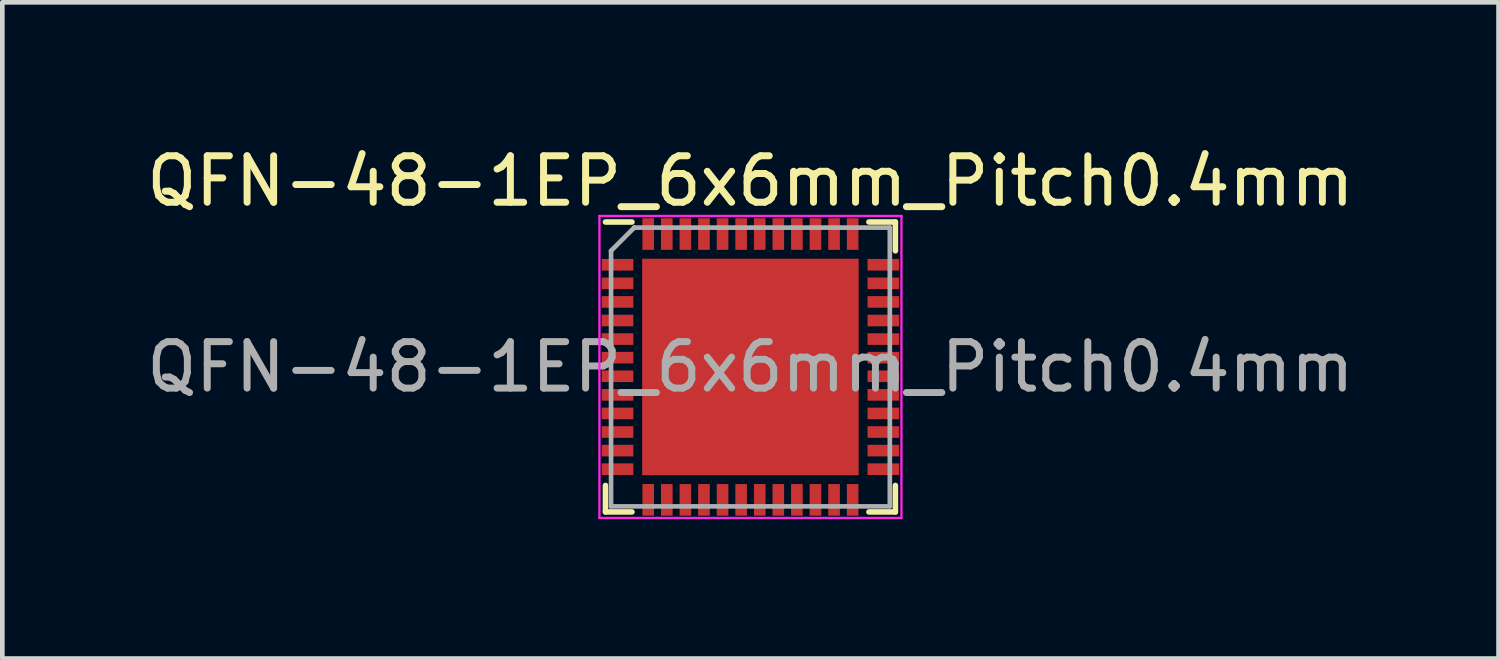
<source format=kicad_pcb>
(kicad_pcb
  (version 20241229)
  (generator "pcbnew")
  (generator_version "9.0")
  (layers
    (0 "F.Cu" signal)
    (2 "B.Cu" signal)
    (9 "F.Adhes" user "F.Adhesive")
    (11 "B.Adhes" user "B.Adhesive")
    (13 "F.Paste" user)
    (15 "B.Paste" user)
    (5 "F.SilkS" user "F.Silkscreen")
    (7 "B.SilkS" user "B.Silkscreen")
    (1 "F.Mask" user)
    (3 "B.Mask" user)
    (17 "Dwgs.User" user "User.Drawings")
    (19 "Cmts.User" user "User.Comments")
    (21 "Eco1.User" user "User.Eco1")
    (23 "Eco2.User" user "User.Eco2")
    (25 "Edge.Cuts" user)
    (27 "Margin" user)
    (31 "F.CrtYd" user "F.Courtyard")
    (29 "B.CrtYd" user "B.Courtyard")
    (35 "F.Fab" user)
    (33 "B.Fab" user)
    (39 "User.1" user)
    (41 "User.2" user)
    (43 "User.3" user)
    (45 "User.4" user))
  (footprint "QFN-48-1EP_6x6mm_Pitch0.4mm"
    (layer "F.Cu")
    (at 13.101 4.848)
    (property "Reference" "QFN-48-1EP_6x6mm_Pitch0.4mm" (at 0 -4 0) (layer "F.SilkS") (effects (font (size 1 1) (thickness 0.15))))
    (attr smd)
    (fp_line (start -3.12 -3.12) (end -2.55 -3.12) (stroke (width 0.12) (type solid)) (layer "F.SilkS"))
    (fp_line (start -3.12 3.12) (end -3.12 2.55) (stroke (width 0.12) (type solid)) (layer "F.SilkS"))
    (fp_line (start -2.55 3.12) (end -3.12 3.12) (stroke (width 0.12) (type solid)) (layer "F.SilkS"))
    (fp_line (start 2.55 -3.12) (end 3.12 -3.12) (stroke (width 0.12) (type solid)) (layer "F.SilkS"))
    (fp_line (start 2.55 3.12) (end 3.12 3.12) (stroke (width 0.12) (type solid)) (layer "F.SilkS"))
    (fp_line (start 3.12 -2.5) (end 3.12 -3.12) (stroke (width 0.12) (type solid)) (layer "F.SilkS"))
    (fp_line (start 3.12 3.12) (end 3.12 2.55) (stroke (width 0.12) (type solid)) (layer "F.SilkS"))
    (fp_line (start -3.25 -3.25) (end -3.25 3.25) (stroke (width 0.05) (type solid)) (layer "F.CrtYd"))
    (fp_line (start -3.25 3.25) (end 3.25 3.25) (stroke (width 0.05) (type solid)) (layer "F.CrtYd"))
    (fp_line (start 3.25 -3.25) (end -3.25 -3.25) (stroke (width 0.05) (type solid)) (layer "F.CrtYd"))
    (fp_line (start 3.25 3.25) (end 3.25 -3.25) (stroke (width 0.05) (type solid)) (layer "F.CrtYd"))
    (fp_line (start -3 3) (end -3 -2.5) (stroke (width 0.1) (type solid)) (layer "F.Fab"))
    (fp_line (start -2.5 -3) (end -3 -2.5) (stroke (width 0.1) (type solid)) (layer "F.Fab"))
    (fp_line (start 3 -3) (end -2.5 -3) (stroke (width 0.1) (type solid)) (layer "F.Fab"))
    (fp_line (start 3 -3) (end 3 3) (stroke (width 0.1) (type solid)) (layer "F.Fab"))
    (fp_line (start 3 3) (end -3 3) (stroke (width 0.1) (type solid)) (layer "F.Fab"))
    (fp_text user "${REFERENCE}" (at 0 0 0) (layer "F.Fab") (effects (font (size 1 1) (thickness 0.15))))
    (pad "" smd rect (at -1.725 -1.725) (size 0.9 0.9) (layers "F.Paste"))
    (pad "" smd rect (at -1.725 -0.575) (size 0.9 0.9) (layers "F.Paste"))
    (pad "" smd rect (at -1.725 0.575) (size 0.9 0.9) (layers "F.Paste"))
    (pad "" smd rect (at -1.725 1.725) (size 0.9 0.9) (layers "F.Paste"))
    (pad "" smd rect (at -0.575 -1.725) (size 0.9 0.9) (layers "F.Paste"))
    (pad "" smd rect (at -0.575 -0.575) (size 0.9 0.9) (layers "F.Paste"))
    (pad "" smd rect (at -0.575 0.575) (size 0.9 0.9) (layers "F.Paste"))
    (pad "" smd rect (at -0.575 1.725) (size 0.9 0.9) (layers "F.Paste"))
    (pad "" smd rect (at 0.575 -1.725) (size 0.9 0.9) (layers "F.Paste"))
    (pad "" smd rect (at 0.575 -0.575) (size 0.9 0.9) (layers "F.Paste"))
    (pad "" smd rect (at 0.575 0.575) (size 0.9 0.9) (layers "F.Paste"))
    (pad "" smd rect (at 0.575 1.725) (size 0.9 0.9) (layers "F.Paste"))
    (pad "" smd rect (at 1.725 -1.725) (size 0.9 0.9) (layers "F.Paste"))
    (pad "" smd rect (at 1.725 -0.575) (size 0.9 0.9) (layers "F.Paste"))
    (pad "" smd rect (at 1.725 0.575) (size 0.9 0.9) (layers "F.Paste"))
    (pad "" smd rect (at 1.725 1.725) (size 0.9 0.9) (layers "F.Paste"))
    (pad "1" smd rect (at -2.86 -2.2) (size 0.68 0.25) (layers "F.Cu" "F.Mask" "F.Paste"))
    (pad "2" smd rect (at -2.86 -1.8) (size 0.68 0.25) (layers "F.Cu" "F.Mask" "F.Paste"))
    (pad "3" smd rect (at -2.86 -1.4) (size 0.68 0.25) (layers "F.Cu" "F.Mask" "F.Paste"))
    (pad "4" smd rect (at -2.86 -1) (size 0.68 0.25) (layers "F.Cu" "F.Mask" "F.Paste"))
    (pad "5" smd rect (at -2.86 -0.6) (size 0.68 0.25) (layers "F.Cu" "F.Mask" "F.Paste"))
    (pad "6" smd rect (at -2.86 -0.2) (size 0.68 0.25) (layers "F.Cu" "F.Mask" "F.Paste"))
    (pad "7" smd rect (at -2.86 0.2) (size 0.68 0.25) (layers "F.Cu" "F.Mask" "F.Paste"))
    (pad "8" smd rect (at -2.86 0.6) (size 0.68 0.25) (layers "F.Cu" "F.Mask" "F.Paste"))
    (pad "9" smd rect (at -2.86 1) (size 0.68 0.25) (layers "F.Cu" "F.Mask" "F.Paste"))
    (pad "10" smd rect (at -2.86 1.4) (size 0.68 0.25) (layers "F.Cu" "F.Mask" "F.Paste"))
    (pad "11" smd rect (at -2.86 1.8) (size 0.68 0.25) (layers "F.Cu" "F.Mask" "F.Paste"))
    (pad "12" smd rect (at -2.86 2.2) (size 0.68 0.25) (layers "F.Cu" "F.Mask" "F.Paste"))
    (pad "13" smd rect (at -2.2 2.86) (size 0.25 0.68) (layers "F.Cu" "F.Mask" "F.Paste"))
    (pad "14" smd rect (at -1.8 2.86) (size 0.25 0.68) (layers "F.Cu" "F.Mask" "F.Paste"))
    (pad "15" smd rect (at -1.4 2.86) (size 0.25 0.68) (layers "F.Cu" "F.Mask" "F.Paste"))
    (pad "16" smd rect (at -1 2.86) (size 0.25 0.68) (layers "F.Cu" "F.Mask" "F.Paste"))
    (pad "17" smd rect (at -0.6 2.86) (size 0.25 0.68) (layers "F.Cu" "F.Mask" "F.Paste"))
    (pad "18" smd rect (at -0.2 2.86) (size 0.25 0.68) (layers "F.Cu" "F.Mask" "F.Paste"))
    (pad "19" smd rect (at 0.2 2.86) (size 0.25 0.68) (layers "F.Cu" "F.Mask" "F.Paste"))
    (pad "20" smd rect (at 0.6 2.86) (size 0.25 0.68) (layers "F.Cu" "F.Mask" "F.Paste"))
    (pad "21" smd rect (at 1 2.86) (size 0.25 0.68) (layers "F.Cu" "F.Mask" "F.Paste"))
    (pad "22" smd rect (at 1.4 2.86) (size 0.25 0.68) (layers "F.Cu" "F.Mask" "F.Paste"))
    (pad "23" smd rect (at 1.8 2.86) (size 0.25 0.68) (layers "F.Cu" "F.Mask" "F.Paste"))
    (pad "24" smd rect (at 2.2 2.86) (size 0.25 0.68) (layers "F.Cu" "F.Mask" "F.Paste"))
    (pad "25" smd rect (at 2.86 2.2) (size 0.68 0.25) (layers "F.Cu" "F.Mask" "F.Paste"))
    (pad "26" smd rect (at 2.86 1.8) (size 0.68 0.25) (layers "F.Cu" "F.Mask" "F.Paste"))
    (pad "27" smd rect (at 2.86 1.4) (size 0.68 0.25) (layers "F.Cu" "F.Mask" "F.Paste"))
    (pad "28" smd rect (at 2.86 1) (size 0.68 0.25) (layers "F.Cu" "F.Mask" "F.Paste"))
    (pad "29" smd rect (at 2.86 0.6) (size 0.68 0.25) (layers "F.Cu" "F.Mask" "F.Paste"))
    (pad "30" smd rect (at 2.86 0.2) (size 0.68 0.25) (layers "F.Cu" "F.Mask" "F.Paste"))
    (pad "31" smd rect (at 2.86 -0.2) (size 0.68 0.25) (layers "F.Cu" "F.Mask" "F.Paste"))
    (pad "32" smd rect (at 2.86 -0.6) (size 0.68 0.25) (layers "F.Cu" "F.Mask" "F.Paste"))
    (pad "33" smd rect (at 2.86 -1) (size 0.68 0.25) (layers "F.Cu" "F.Mask" "F.Paste"))
    (pad "34" smd rect (at 2.86 -1.4) (size 0.68 0.25) (layers "F.Cu" "F.Mask" "F.Paste"))
    (pad "35" smd rect (at 2.86 -1.8) (size 0.68 0.25) (layers "F.Cu" "F.Mask" "F.Paste"))
    (pad "36" smd rect (at 2.86 -2.2) (size 0.68 0.25) (layers "F.Cu" "F.Mask" "F.Paste"))
    (pad "37" smd rect (at 2.2 -2.86) (size 0.25 0.68) (layers "F.Cu" "F.Mask" "F.Paste"))
    (pad "38" smd rect (at 1.8 -2.86) (size 0.25 0.68) (layers "F.Cu" "F.Mask" "F.Paste"))
    (pad "39" smd rect (at 1.4 -2.86) (size 0.25 0.68) (layers "F.Cu" "F.Mask" "F.Paste"))
    (pad "40" smd rect (at 1 -2.86) (size 0.25 0.68) (layers "F.Cu" "F.Mask" "F.Paste"))
    (pad "41" smd rect (at 0.6 -2.86) (size 0.25 0.68) (layers "F.Cu" "F.Mask" "F.Paste"))
    (pad "42" smd rect (at 0.2 -2.86) (size 0.25 0.68) (layers "F.Cu" "F.Mask" "F.Paste"))
    (pad "43" smd rect (at -0.2 -2.86) (size 0.25 0.68) (layers "F.Cu" "F.Mask" "F.Paste"))
    (pad "44" smd rect (at -0.6 -2.86) (size 0.25 0.68) (layers "F.Cu" "F.Mask" "F.Paste"))
    (pad "45" smd rect (at -1 -2.86) (size 0.25 0.68) (layers "F.Cu" "F.Mask" "F.Paste"))
    (pad "46" smd rect (at -1.4 -2.86) (size 0.25 0.68) (layers "F.Cu" "F.Mask" "F.Paste"))
    (pad "47" smd rect (at -1.8 -2.86) (size 0.25 0.68) (layers "F.Cu" "F.Mask" "F.Paste"))
    (pad "48" smd rect (at -2.2 -2.86) (size 0.25 0.68) (layers "F.Cu" "F.Mask" "F.Paste"))
    (pad "49" smd rect (at 0 0) (size 4.66 4.66) (layers "F.Cu" "F.Mask")))
  (gr_rect
    (start -3 -3)
    (end 29.202 11.123)
    (stroke (width 0.1) (type default))
    (fill no)
    (layer "Edge.Cuts")))
</source>
